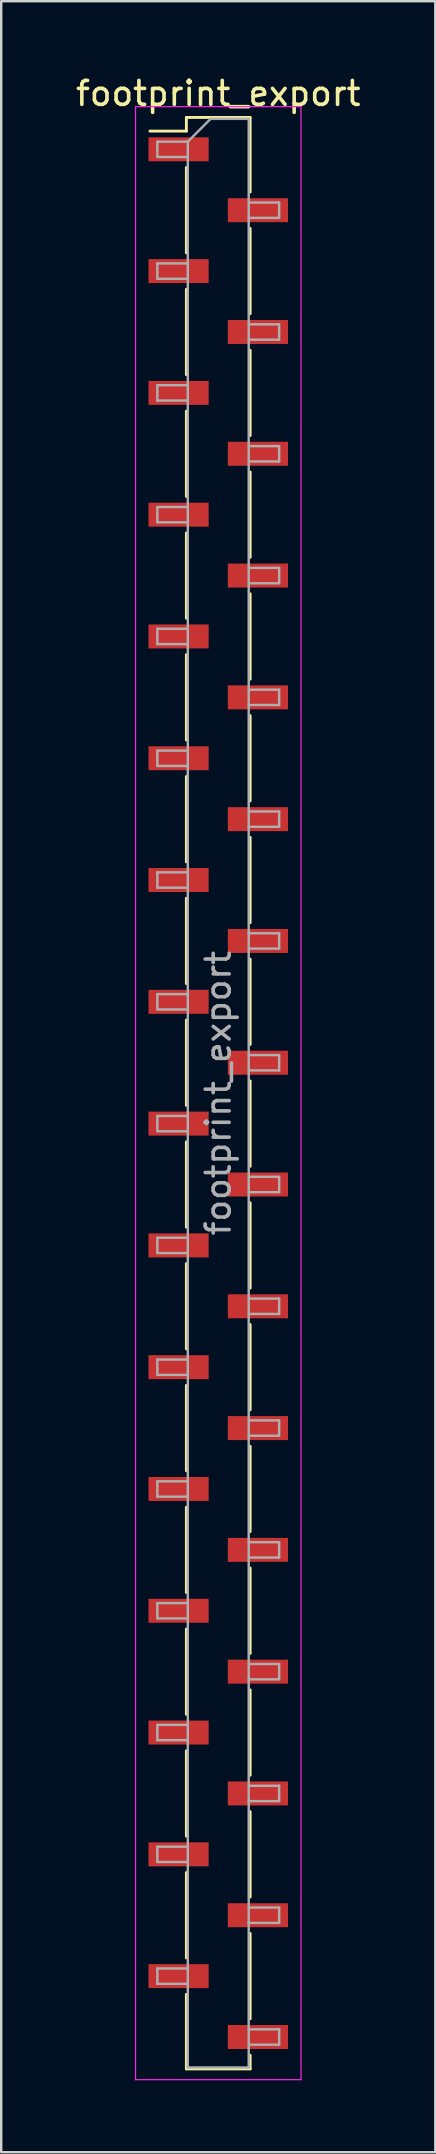
<source format=kicad_pcb>
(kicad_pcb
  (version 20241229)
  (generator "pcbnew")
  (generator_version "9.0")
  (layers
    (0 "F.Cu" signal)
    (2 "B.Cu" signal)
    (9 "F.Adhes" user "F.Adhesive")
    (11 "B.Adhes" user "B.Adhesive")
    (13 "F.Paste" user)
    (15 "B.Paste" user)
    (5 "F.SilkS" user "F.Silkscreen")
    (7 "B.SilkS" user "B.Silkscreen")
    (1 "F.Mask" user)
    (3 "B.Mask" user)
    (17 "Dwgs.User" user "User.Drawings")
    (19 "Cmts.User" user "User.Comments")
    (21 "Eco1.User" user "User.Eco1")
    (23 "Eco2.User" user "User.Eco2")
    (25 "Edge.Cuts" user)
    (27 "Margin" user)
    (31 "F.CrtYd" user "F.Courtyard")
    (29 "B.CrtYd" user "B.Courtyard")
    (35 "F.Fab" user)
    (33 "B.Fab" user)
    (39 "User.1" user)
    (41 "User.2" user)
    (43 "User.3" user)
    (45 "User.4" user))
  (footprint "footprint_export"
    (layer "F.Cu")
    (at 6.054 42.548)
    (property "Reference" "footprint_export" (at 0 -41.7 0) (layer "F.SilkS") (effects (font (size 1 1) (thickness 0.15))))
    (attr smd)
    (fp_line (start -1.33 -40.7) (end -1.33 -40.13) (stroke (width 0.12) (type solid)) (layer "F.SilkS"))
    (fp_line (start -1.33 -40.7) (end 1.33 -40.7) (stroke (width 0.12) (type solid)) (layer "F.SilkS"))
    (fp_line (start -1.33 -40.13) (end -2.85 -40.13) (stroke (width 0.12) (type solid)) (layer "F.SilkS"))
    (fp_line (start -1.33 -38.61) (end -1.33 -35.05) (stroke (width 0.12) (type solid)) (layer "F.SilkS"))
    (fp_line (start -1.33 -33.53) (end -1.33 -29.97) (stroke (width 0.12) (type solid)) (layer "F.SilkS"))
    (fp_line (start -1.33 -28.45) (end -1.33 -24.89) (stroke (width 0.12) (type solid)) (layer "F.SilkS"))
    (fp_line (start -1.33 -23.37) (end -1.33 -19.81) (stroke (width 0.12) (type solid)) (layer "F.SilkS"))
    (fp_line (start -1.33 -18.29) (end -1.33 -14.73) (stroke (width 0.12) (type solid)) (layer "F.SilkS"))
    (fp_line (start -1.33 -13.21) (end -1.33 -9.65) (stroke (width 0.12) (type solid)) (layer "F.SilkS"))
    (fp_line (start -1.33 -8.13) (end -1.33 -4.57) (stroke (width 0.12) (type solid)) (layer "F.SilkS"))
    (fp_line (start -1.33 -3.05) (end -1.33 0.51) (stroke (width 0.12) (type solid)) (layer "F.SilkS"))
    (fp_line (start -1.33 2.03) (end -1.33 5.59) (stroke (width 0.12) (type solid)) (layer "F.SilkS"))
    (fp_line (start -1.33 7.11) (end -1.33 10.67) (stroke (width 0.12) (type solid)) (layer "F.SilkS"))
    (fp_line (start -1.33 12.19) (end -1.33 15.75) (stroke (width 0.12) (type solid)) (layer "F.SilkS"))
    (fp_line (start -1.33 17.27) (end -1.33 20.83) (stroke (width 0.12) (type solid)) (layer "F.SilkS"))
    (fp_line (start -1.33 22.35) (end -1.33 25.91) (stroke (width 0.12) (type solid)) (layer "F.SilkS"))
    (fp_line (start -1.33 27.43) (end -1.33 30.99) (stroke (width 0.12) (type solid)) (layer "F.SilkS"))
    (fp_line (start -1.33 32.51) (end -1.33 36.07) (stroke (width 0.12) (type solid)) (layer "F.SilkS"))
    (fp_line (start -1.33 37.59) (end -1.33 40.7) (stroke (width 0.12) (type solid)) (layer "F.SilkS"))
    (fp_line (start -1.33 40.7) (end 1.33 40.7) (stroke (width 0.12) (type solid)) (layer "F.SilkS"))
    (fp_line (start 1.33 -40.7) (end 1.33 -37.59) (stroke (width 0.12) (type solid)) (layer "F.SilkS"))
    (fp_line (start 1.33 -36.07) (end 1.33 -32.51) (stroke (width 0.12) (type solid)) (layer "F.SilkS"))
    (fp_line (start 1.33 -30.99) (end 1.33 -27.43) (stroke (width 0.12) (type solid)) (layer "F.SilkS"))
    (fp_line (start 1.33 -25.91) (end 1.33 -22.35) (stroke (width 0.12) (type solid)) (layer "F.SilkS"))
    (fp_line (start 1.33 -20.83) (end 1.33 -17.27) (stroke (width 0.12) (type solid)) (layer "F.SilkS"))
    (fp_line (start 1.33 -15.75) (end 1.33 -12.19) (stroke (width 0.12) (type solid)) (layer "F.SilkS"))
    (fp_line (start 1.33 -10.67) (end 1.33 -7.11) (stroke (width 0.12) (type solid)) (layer "F.SilkS"))
    (fp_line (start 1.33 -5.59) (end 1.33 -2.03) (stroke (width 0.12) (type solid)) (layer "F.SilkS"))
    (fp_line (start 1.33 -0.51) (end 1.33 3.05) (stroke (width 0.12) (type solid)) (layer "F.SilkS"))
    (fp_line (start 1.33 4.57) (end 1.33 8.13) (stroke (width 0.12) (type solid)) (layer "F.SilkS"))
    (fp_line (start 1.33 9.65) (end 1.33 13.21) (stroke (width 0.12) (type solid)) (layer "F.SilkS"))
    (fp_line (start 1.33 14.73) (end 1.33 18.29) (stroke (width 0.12) (type solid)) (layer "F.SilkS"))
    (fp_line (start 1.33 19.81) (end 1.33 23.37) (stroke (width 0.12) (type solid)) (layer "F.SilkS"))
    (fp_line (start 1.33 24.89) (end 1.33 28.45) (stroke (width 0.12) (type solid)) (layer "F.SilkS"))
    (fp_line (start 1.33 29.97) (end 1.33 33.53) (stroke (width 0.12) (type solid)) (layer "F.SilkS"))
    (fp_line (start 1.33 35.05) (end 1.33 38.61) (stroke (width 0.12) (type solid)) (layer "F.SilkS"))
    (fp_line (start 1.33 40.13) (end 1.33 40.7) (stroke (width 0.12) (type solid)) (layer "F.SilkS"))
    (fp_line (start -3.45 -41.15) (end -3.45 41.15) (stroke (width 0.05) (type solid)) (layer "F.CrtYd"))
    (fp_line (start -3.45 41.15) (end 3.45 41.15) (stroke (width 0.05) (type solid)) (layer "F.CrtYd"))
    (fp_line (start 3.45 -41.15) (end -3.45 -41.15) (stroke (width 0.05) (type solid)) (layer "F.CrtYd"))
    (fp_line (start 3.45 41.15) (end 3.45 -41.15) (stroke (width 0.05) (type solid)) (layer "F.CrtYd"))
    (fp_line (start -2.54 -39.69) (end -2.54 -39.05) (stroke (width 0.1) (type solid)) (layer "F.Fab"))
    (fp_line (start -2.54 -39.05) (end -1.27 -39.05) (stroke (width 0.1) (type solid)) (layer "F.Fab"))
    (fp_line (start -2.54 -34.61) (end -2.54 -33.97) (stroke (width 0.1) (type solid)) (layer "F.Fab"))
    (fp_line (start -2.54 -33.97) (end -1.27 -33.97) (stroke (width 0.1) (type solid)) (layer "F.Fab"))
    (fp_line (start -2.54 -29.53) (end -2.54 -28.89) (stroke (width 0.1) (type solid)) (layer "F.Fab"))
    (fp_line (start -2.54 -28.89) (end -1.27 -28.89) (stroke (width 0.1) (type solid)) (layer "F.Fab"))
    (fp_line (start -2.54 -24.45) (end -2.54 -23.81) (stroke (width 0.1) (type solid)) (layer "F.Fab"))
    (fp_line (start -2.54 -23.81) (end -1.27 -23.81) (stroke (width 0.1) (type solid)) (layer "F.Fab"))
    (fp_line (start -2.54 -19.37) (end -2.54 -18.73) (stroke (width 0.1) (type solid)) (layer "F.Fab"))
    (fp_line (start -2.54 -18.73) (end -1.27 -18.73) (stroke (width 0.1) (type solid)) (layer "F.Fab"))
    (fp_line (start -2.54 -14.29) (end -2.54 -13.65) (stroke (width 0.1) (type solid)) (layer "F.Fab"))
    (fp_line (start -2.54 -13.65) (end -1.27 -13.65) (stroke (width 0.1) (type solid)) (layer "F.Fab"))
    (fp_line (start -2.54 -9.21) (end -2.54 -8.57) (stroke (width 0.1) (type solid)) (layer "F.Fab"))
    (fp_line (start -2.54 -8.57) (end -1.27 -8.57) (stroke (width 0.1) (type solid)) (layer "F.Fab"))
    (fp_line (start -2.54 -4.13) (end -2.54 -3.49) (stroke (width 0.1) (type solid)) (layer "F.Fab"))
    (fp_line (start -2.54 -3.49) (end -1.27 -3.49) (stroke (width 0.1) (type solid)) (layer "F.Fab"))
    (fp_line (start -2.54 0.95) (end -2.54 1.59) (stroke (width 0.1) (type solid)) (layer "F.Fab"))
    (fp_line (start -2.54 1.59) (end -1.27 1.59) (stroke (width 0.1) (type solid)) (layer "F.Fab"))
    (fp_line (start -2.54 6.03) (end -2.54 6.67) (stroke (width 0.1) (type solid)) (layer "F.Fab"))
    (fp_line (start -2.54 6.67) (end -1.27 6.67) (stroke (width 0.1) (type solid)) (layer "F.Fab"))
    (fp_line (start -2.54 11.11) (end -2.54 11.75) (stroke (width 0.1) (type solid)) (layer "F.Fab"))
    (fp_line (start -2.54 11.75) (end -1.27 11.75) (stroke (width 0.1) (type solid)) (layer "F.Fab"))
    (fp_line (start -2.54 16.19) (end -2.54 16.83) (stroke (width 0.1) (type solid)) (layer "F.Fab"))
    (fp_line (start -2.54 16.83) (end -1.27 16.83) (stroke (width 0.1) (type solid)) (layer "F.Fab"))
    (fp_line (start -2.54 21.27) (end -2.54 21.91) (stroke (width 0.1) (type solid)) (layer "F.Fab"))
    (fp_line (start -2.54 21.91) (end -1.27 21.91) (stroke (width 0.1) (type solid)) (layer "F.Fab"))
    (fp_line (start -2.54 26.35) (end -2.54 26.99) (stroke (width 0.1) (type solid)) (layer "F.Fab"))
    (fp_line (start -2.54 26.99) (end -1.27 26.99) (stroke (width 0.1) (type solid)) (layer "F.Fab"))
    (fp_line (start -2.54 31.43) (end -2.54 32.07) (stroke (width 0.1) (type solid)) (layer "F.Fab"))
    (fp_line (start -2.54 32.07) (end -1.27 32.07) (stroke (width 0.1) (type solid)) (layer "F.Fab"))
    (fp_line (start -2.54 36.51) (end -2.54 37.15) (stroke (width 0.1) (type solid)) (layer "F.Fab"))
    (fp_line (start -2.54 37.15) (end -1.27 37.15) (stroke (width 0.1) (type solid)) (layer "F.Fab"))
    (fp_line (start -1.27 -39.69) (end -2.54 -39.69) (stroke (width 0.1) (type solid)) (layer "F.Fab"))
    (fp_line (start -1.27 -39.69) (end -0.32 -40.64) (stroke (width 0.1) (type solid)) (layer "F.Fab"))
    (fp_line (start -1.27 -34.61) (end -2.54 -34.61) (stroke (width 0.1) (type solid)) (layer "F.Fab"))
    (fp_line (start -1.27 -29.53) (end -2.54 -29.53) (stroke (width 0.1) (type solid)) (layer "F.Fab"))
    (fp_line (start -1.27 -24.45) (end -2.54 -24.45) (stroke (width 0.1) (type solid)) (layer "F.Fab"))
    (fp_line (start -1.27 -19.37) (end -2.54 -19.37) (stroke (width 0.1) (type solid)) (layer "F.Fab"))
    (fp_line (start -1.27 -14.29) (end -2.54 -14.29) (stroke (width 0.1) (type solid)) (layer "F.Fab"))
    (fp_line (start -1.27 -9.21) (end -2.54 -9.21) (stroke (width 0.1) (type solid)) (layer "F.Fab"))
    (fp_line (start -1.27 -4.13) (end -2.54 -4.13) (stroke (width 0.1) (type solid)) (layer "F.Fab"))
    (fp_line (start -1.27 0.95) (end -2.54 0.95) (stroke (width 0.1) (type solid)) (layer "F.Fab"))
    (fp_line (start -1.27 6.03) (end -2.54 6.03) (stroke (width 0.1) (type solid)) (layer "F.Fab"))
    (fp_line (start -1.27 11.11) (end -2.54 11.11) (stroke (width 0.1) (type solid)) (layer "F.Fab"))
    (fp_line (start -1.27 16.19) (end -2.54 16.19) (stroke (width 0.1) (type solid)) (layer "F.Fab"))
    (fp_line (start -1.27 21.27) (end -2.54 21.27) (stroke (width 0.1) (type solid)) (layer "F.Fab"))
    (fp_line (start -1.27 26.35) (end -2.54 26.35) (stroke (width 0.1) (type solid)) (layer "F.Fab"))
    (fp_line (start -1.27 31.43) (end -2.54 31.43) (stroke (width 0.1) (type solid)) (layer "F.Fab"))
    (fp_line (start -1.27 36.51) (end -2.54 36.51) (stroke (width 0.1) (type solid)) (layer "F.Fab"))
    (fp_line (start -1.27 40.64) (end -1.27 -39.69) (stroke (width 0.1) (type solid)) (layer "F.Fab"))
    (fp_line (start -0.32 -40.64) (end 1.27 -40.64) (stroke (width 0.1) (type solid)) (layer "F.Fab"))
    (fp_line (start 1.27 -40.64) (end 1.27 40.64) (stroke (width 0.1) (type solid)) (layer "F.Fab"))
    (fp_line (start 1.27 -37.15) (end 2.54 -37.15) (stroke (width 0.1) (type solid)) (layer "F.Fab"))
    (fp_line (start 1.27 -32.07) (end 2.54 -32.07) (stroke (width 0.1) (type solid)) (layer "F.Fab"))
    (fp_line (start 1.27 -26.99) (end 2.54 -26.99) (stroke (width 0.1) (type solid)) (layer "F.Fab"))
    (fp_line (start 1.27 -21.91) (end 2.54 -21.91) (stroke (width 0.1) (type solid)) (layer "F.Fab"))
    (fp_line (start 1.27 -16.83) (end 2.54 -16.83) (stroke (width 0.1) (type solid)) (layer "F.Fab"))
    (fp_line (start 1.27 -11.75) (end 2.54 -11.75) (stroke (width 0.1) (type solid)) (layer "F.Fab"))
    (fp_line (start 1.27 -6.67) (end 2.54 -6.67) (stroke (width 0.1) (type solid)) (layer "F.Fab"))
    (fp_line (start 1.27 -1.59) (end 2.54 -1.59) (stroke (width 0.1) (type solid)) (layer "F.Fab"))
    (fp_line (start 1.27 3.49) (end 2.54 3.49) (stroke (width 0.1) (type solid)) (layer "F.Fab"))
    (fp_line (start 1.27 8.57) (end 2.54 8.57) (stroke (width 0.1) (type solid)) (layer "F.Fab"))
    (fp_line (start 1.27 13.65) (end 2.54 13.65) (stroke (width 0.1) (type solid)) (layer "F.Fab"))
    (fp_line (start 1.27 18.73) (end 2.54 18.73) (stroke (width 0.1) (type solid)) (layer "F.Fab"))
    (fp_line (start 1.27 23.81) (end 2.54 23.81) (stroke (width 0.1) (type solid)) (layer "F.Fab"))
    (fp_line (start 1.27 28.89) (end 2.54 28.89) (stroke (width 0.1) (type solid)) (layer "F.Fab"))
    (fp_line (start 1.27 33.97) (end 2.54 33.97) (stroke (width 0.1) (type solid)) (layer "F.Fab"))
    (fp_line (start 1.27 39.05) (end 2.54 39.05) (stroke (width 0.1) (type solid)) (layer "F.Fab"))
    (fp_line (start 1.27 40.64) (end -1.27 40.64) (stroke (width 0.1) (type solid)) (layer "F.Fab"))
    (fp_line (start 2.54 -37.15) (end 2.54 -36.51) (stroke (width 0.1) (type solid)) (layer "F.Fab"))
    (fp_line (start 2.54 -36.51) (end 1.27 -36.51) (stroke (width 0.1) (type solid)) (layer "F.Fab"))
    (fp_line (start 2.54 -32.07) (end 2.54 -31.43) (stroke (width 0.1) (type solid)) (layer "F.Fab"))
    (fp_line (start 2.54 -31.43) (end 1.27 -31.43) (stroke (width 0.1) (type solid)) (layer "F.Fab"))
    (fp_line (start 2.54 -26.99) (end 2.54 -26.35) (stroke (width 0.1) (type solid)) (layer "F.Fab"))
    (fp_line (start 2.54 -26.35) (end 1.27 -26.35) (stroke (width 0.1) (type solid)) (layer "F.Fab"))
    (fp_line (start 2.54 -21.91) (end 2.54 -21.27) (stroke (width 0.1) (type solid)) (layer "F.Fab"))
    (fp_line (start 2.54 -21.27) (end 1.27 -21.27) (stroke (width 0.1) (type solid)) (layer "F.Fab"))
    (fp_line (start 2.54 -16.83) (end 2.54 -16.19) (stroke (width 0.1) (type solid)) (layer "F.Fab"))
    (fp_line (start 2.54 -16.19) (end 1.27 -16.19) (stroke (width 0.1) (type solid)) (layer "F.Fab"))
    (fp_line (start 2.54 -11.75) (end 2.54 -11.11) (stroke (width 0.1) (type solid)) (layer "F.Fab"))
    (fp_line (start 2.54 -11.11) (end 1.27 -11.11) (stroke (width 0.1) (type solid)) (layer "F.Fab"))
    (fp_line (start 2.54 -6.67) (end 2.54 -6.03) (stroke (width 0.1) (type solid)) (layer "F.Fab"))
    (fp_line (start 2.54 -6.03) (end 1.27 -6.03) (stroke (width 0.1) (type solid)) (layer "F.Fab"))
    (fp_line (start 2.54 -1.59) (end 2.54 -0.95) (stroke (width 0.1) (type solid)) (layer "F.Fab"))
    (fp_line (start 2.54 -0.95) (end 1.27 -0.95) (stroke (width 0.1) (type solid)) (layer "F.Fab"))
    (fp_line (start 2.54 3.49) (end 2.54 4.13) (stroke (width 0.1) (type solid)) (layer "F.Fab"))
    (fp_line (start 2.54 4.13) (end 1.27 4.13) (stroke (width 0.1) (type solid)) (layer "F.Fab"))
    (fp_line (start 2.54 8.57) (end 2.54 9.21) (stroke (width 0.1) (type solid)) (layer "F.Fab"))
    (fp_line (start 2.54 9.21) (end 1.27 9.21) (stroke (width 0.1) (type solid)) (layer "F.Fab"))
    (fp_line (start 2.54 13.65) (end 2.54 14.29) (stroke (width 0.1) (type solid)) (layer "F.Fab"))
    (fp_line (start 2.54 14.29) (end 1.27 14.29) (stroke (width 0.1) (type solid)) (layer "F.Fab"))
    (fp_line (start 2.54 18.73) (end 2.54 19.37) (stroke (width 0.1) (type solid)) (layer "F.Fab"))
    (fp_line (start 2.54 19.37) (end 1.27 19.37) (stroke (width 0.1) (type solid)) (layer "F.Fab"))
    (fp_line (start 2.54 23.81) (end 2.54 24.45) (stroke (width 0.1) (type solid)) (layer "F.Fab"))
    (fp_line (start 2.54 24.45) (end 1.27 24.45) (stroke (width 0.1) (type solid)) (layer "F.Fab"))
    (fp_line (start 2.54 28.89) (end 2.54 29.53) (stroke (width 0.1) (type solid)) (layer "F.Fab"))
    (fp_line (start 2.54 29.53) (end 1.27 29.53) (stroke (width 0.1) (type solid)) (layer "F.Fab"))
    (fp_line (start 2.54 33.97) (end 2.54 34.61) (stroke (width 0.1) (type solid)) (layer "F.Fab"))
    (fp_line (start 2.54 34.61) (end 1.27 34.61) (stroke (width 0.1) (type solid)) (layer "F.Fab"))
    (fp_line (start 2.54 39.05) (end 2.54 39.69) (stroke (width 0.1) (type solid)) (layer "F.Fab"))
    (fp_line (start 2.54 39.69) (end 1.27 39.69) (stroke (width 0.1) (type solid)) (layer "F.Fab"))
    (fp_text user "${REFERENCE}" (at 0 0 90) (layer "F.Fab") (effects (font (size 1 1) (thickness 0.15))))
    (pad "1" smd rect (at -1.655 -39.37) (size 2.51 1) (layers "F.Cu" "F.Mask" "F.Paste"))
    (pad "2" smd rect (at 1.655 -36.83) (size 2.51 1) (layers "F.Cu" "F.Mask" "F.Paste"))
    (pad "3" smd rect (at -1.655 -34.29) (size 2.51 1) (layers "F.Cu" "F.Mask" "F.Paste"))
    (pad "4" smd rect (at 1.655 -31.75) (size 2.51 1) (layers "F.Cu" "F.Mask" "F.Paste"))
    (pad "5" smd rect (at -1.655 -29.21) (size 2.51 1) (layers "F.Cu" "F.Mask" "F.Paste"))
    (pad "6" smd rect (at 1.655 -26.67) (size 2.51 1) (layers "F.Cu" "F.Mask" "F.Paste"))
    (pad "7" smd rect (at -1.655 -24.13) (size 2.51 1) (layers "F.Cu" "F.Mask" "F.Paste"))
    (pad "8" smd rect (at 1.655 -21.59) (size 2.51 1) (layers "F.Cu" "F.Mask" "F.Paste"))
    (pad "9" smd rect (at -1.655 -19.05) (size 2.51 1) (layers "F.Cu" "F.Mask" "F.Paste"))
    (pad "10" smd rect (at 1.655 -16.51) (size 2.51 1) (layers "F.Cu" "F.Mask" "F.Paste"))
    (pad "11" smd rect (at -1.655 -13.97) (size 2.51 1) (layers "F.Cu" "F.Mask" "F.Paste"))
    (pad "12" smd rect (at 1.655 -11.43) (size 2.51 1) (layers "F.Cu" "F.Mask" "F.Paste"))
    (pad "13" smd rect (at -1.655 -8.89) (size 2.51 1) (layers "F.Cu" "F.Mask" "F.Paste"))
    (pad "14" smd rect (at 1.655 -6.35) (size 2.51 1) (layers "F.Cu" "F.Mask" "F.Paste"))
    (pad "15" smd rect (at -1.655 -3.81) (size 2.51 1) (layers "F.Cu" "F.Mask" "F.Paste"))
    (pad "16" smd rect (at 1.655 -1.27) (size 2.51 1) (layers "F.Cu" "F.Mask" "F.Paste"))
    (pad "17" smd rect (at -1.655 1.27) (size 2.51 1) (layers "F.Cu" "F.Mask" "F.Paste"))
    (pad "18" smd rect (at 1.655 3.81) (size 2.51 1) (layers "F.Cu" "F.Mask" "F.Paste"))
    (pad "19" smd rect (at -1.655 6.35) (size 2.51 1) (layers "F.Cu" "F.Mask" "F.Paste"))
    (pad "20" smd rect (at 1.655 8.89) (size 2.51 1) (layers "F.Cu" "F.Mask" "F.Paste"))
    (pad "21" smd rect (at -1.655 11.43) (size 2.51 1) (layers "F.Cu" "F.Mask" "F.Paste"))
    (pad "22" smd rect (at 1.655 13.97) (size 2.51 1) (layers "F.Cu" "F.Mask" "F.Paste"))
    (pad "23" smd rect (at -1.655 16.51) (size 2.51 1) (layers "F.Cu" "F.Mask" "F.Paste"))
    (pad "24" smd rect (at 1.655 19.05) (size 2.51 1) (layers "F.Cu" "F.Mask" "F.Paste"))
    (pad "25" smd rect (at -1.655 21.59) (size 2.51 1) (layers "F.Cu" "F.Mask" "F.Paste"))
    (pad "26" smd rect (at 1.655 24.13) (size 2.51 1) (layers "F.Cu" "F.Mask" "F.Paste"))
    (pad "27" smd rect (at -1.655 26.67) (size 2.51 1) (layers "F.Cu" "F.Mask" "F.Paste"))
    (pad "28" smd rect (at 1.655 29.21) (size 2.51 1) (layers "F.Cu" "F.Mask" "F.Paste"))
    (pad "29" smd rect (at -1.655 31.75) (size 2.51 1) (layers "F.Cu" "F.Mask" "F.Paste"))
    (pad "30" smd rect (at 1.655 34.29) (size 2.51 1) (layers "F.Cu" "F.Mask" "F.Paste"))
    (pad "31" smd rect (at -1.655 36.83) (size 2.51 1) (layers "F.Cu" "F.Mask" "F.Paste"))
    (pad "32" smd rect (at 1.655 39.37) (size 2.51 1) (layers "F.Cu" "F.Mask" "F.Paste")))
  (gr_rect
    (start -3 -3)
    (end 15.107 86.723)
    (stroke (width 0.1) (type default))
    (fill no)
    (layer "Edge.Cuts")))
</source>
